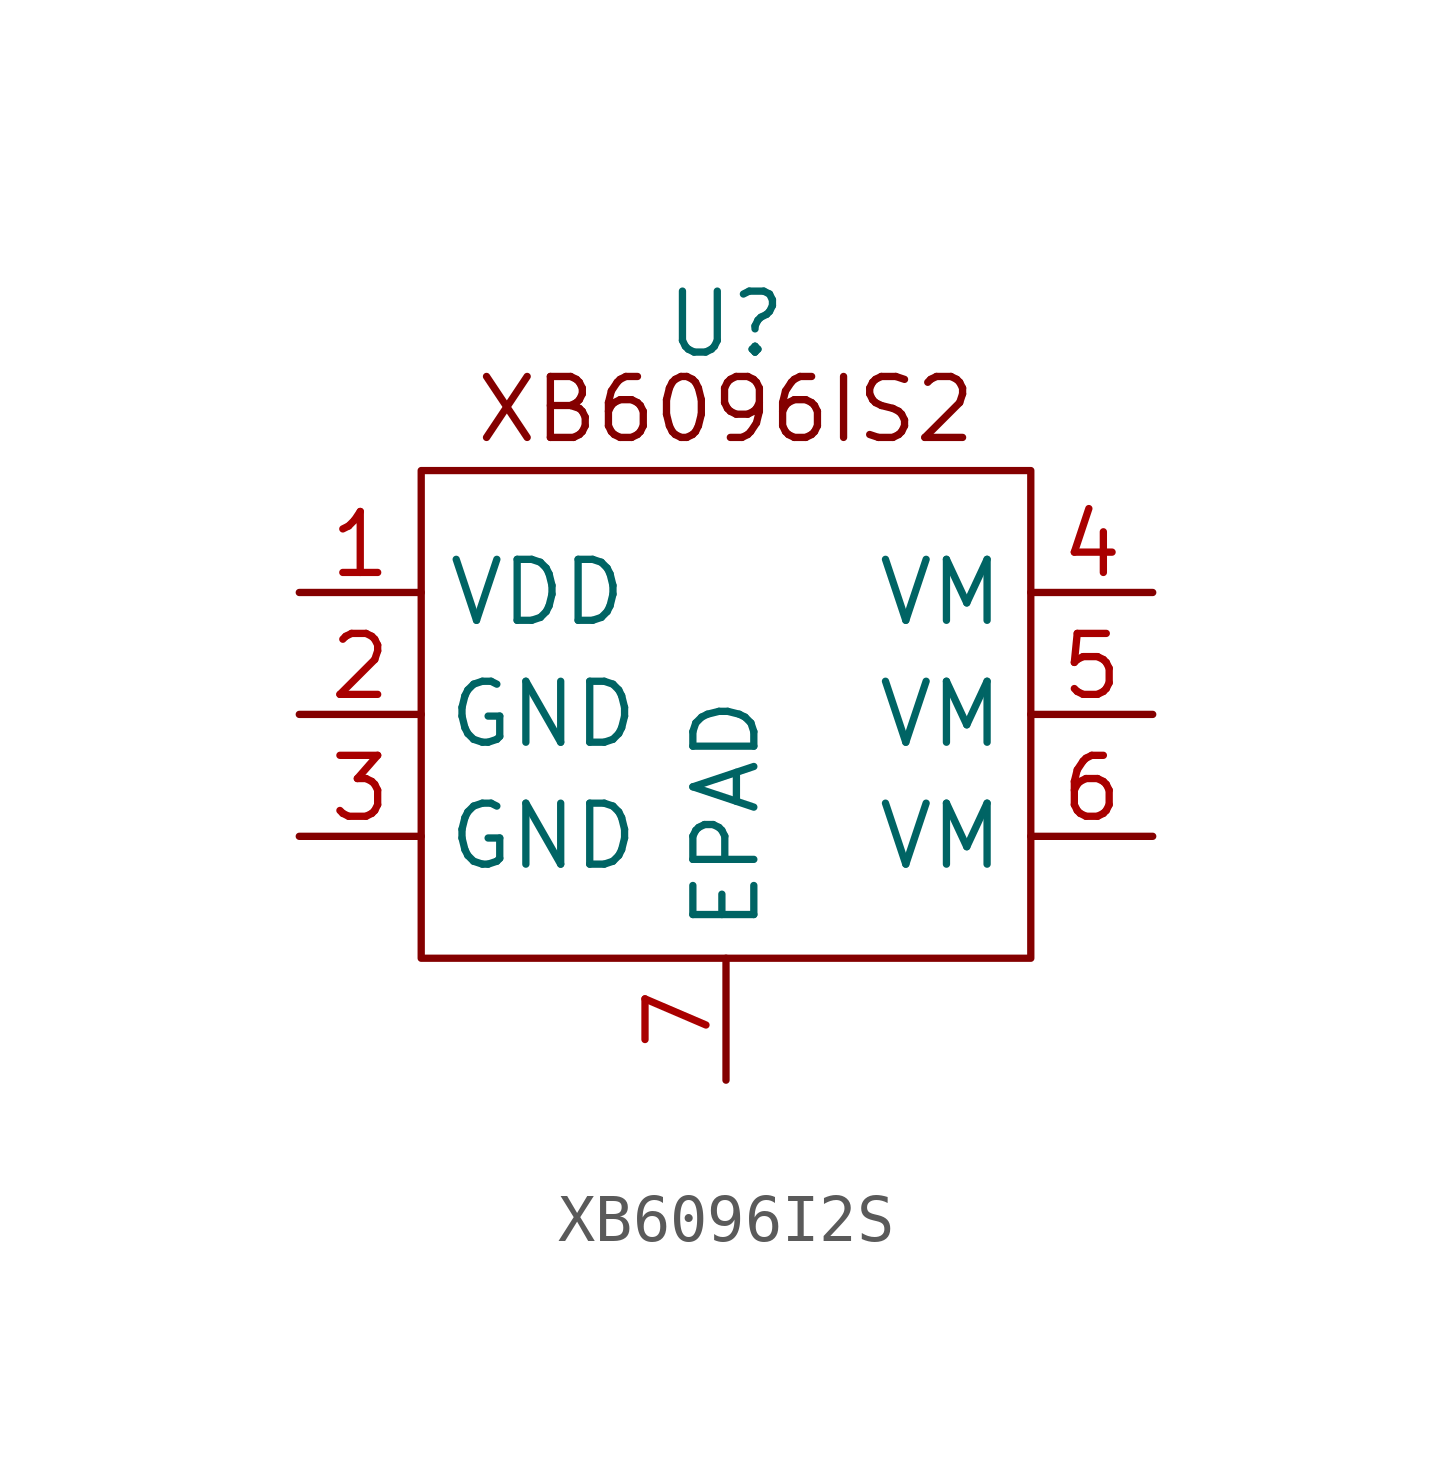
<source format=kicad_sym>
(kicad_symbol_lib
  (version 20240819)
  (generator "kicad_symbol_editor")
  (generator_version "8.99")
  (symbol "XB6096I2S"
    (property "Reference" "U"
      (at 0 -0.762 0)
      (effects (font (size 1.27 1.27))))
    (property "Value" ""
      (at 0 0 0)
      (effects (font (size 1.27 1.27))))
    (symbol "XB6096I2S_0_0"
      (pin power_in line (at -8.89 -6.35 0) (length 2.54) (name "VDD" (effects (font (size 1.27 1.27)))) (number "1" (effects (font (size 1.27 1.27)))))
      (pin unspecified line (at -8.89 -8.89 0) (length 2.54) (name "GND" (effects (font (size 1.27 1.27)))) (number "2" (effects (font (size 1.27 1.27)))))
      (pin unspecified line (at -8.89 -11.43 0) (length 2.54) (name "GND" (effects (font (size 1.27 1.27)))) (number "3" (effects (font (size 1.27 1.27)))))
      (pin unspecified line (at 0 -16.51 90) (length 2.54) (name "EPAD" (effects (font (size 1.27 1.27)))) (number "7" (effects (font (size 1.27 1.27)))))
      (pin unspecified line (at 8.89 -6.35 180) (length 2.54) (name "VM" (effects (font (size 1.27 1.27)))) (number "4" (effects (font (size 1.27 1.27)))))
      (pin unspecified line (at 8.89 -8.89 180) (length 2.54) (name "VM" (effects (font (size 1.27 1.27)))) (number "5" (effects (font (size 1.27 1.27)))))
      (pin unspecified line (at 8.89 -11.43 180) (length 2.54) (name "VM" (effects (font (size 1.27 1.27)))) (number "6" (effects (font (size 1.27 1.27))))))
    (symbol "XB6096I2S_0_1"
      (rectangle (start 6.35 -3.81) (end -6.35 -13.97) (stroke (width 0) (type default)) (fill (type none))))
    (symbol "XB6096I2S_1_1"
      (text "XB6096IS2" (at 0 -2.54 0) (effects (font (size 1.27 1.27)))))))
</source>
